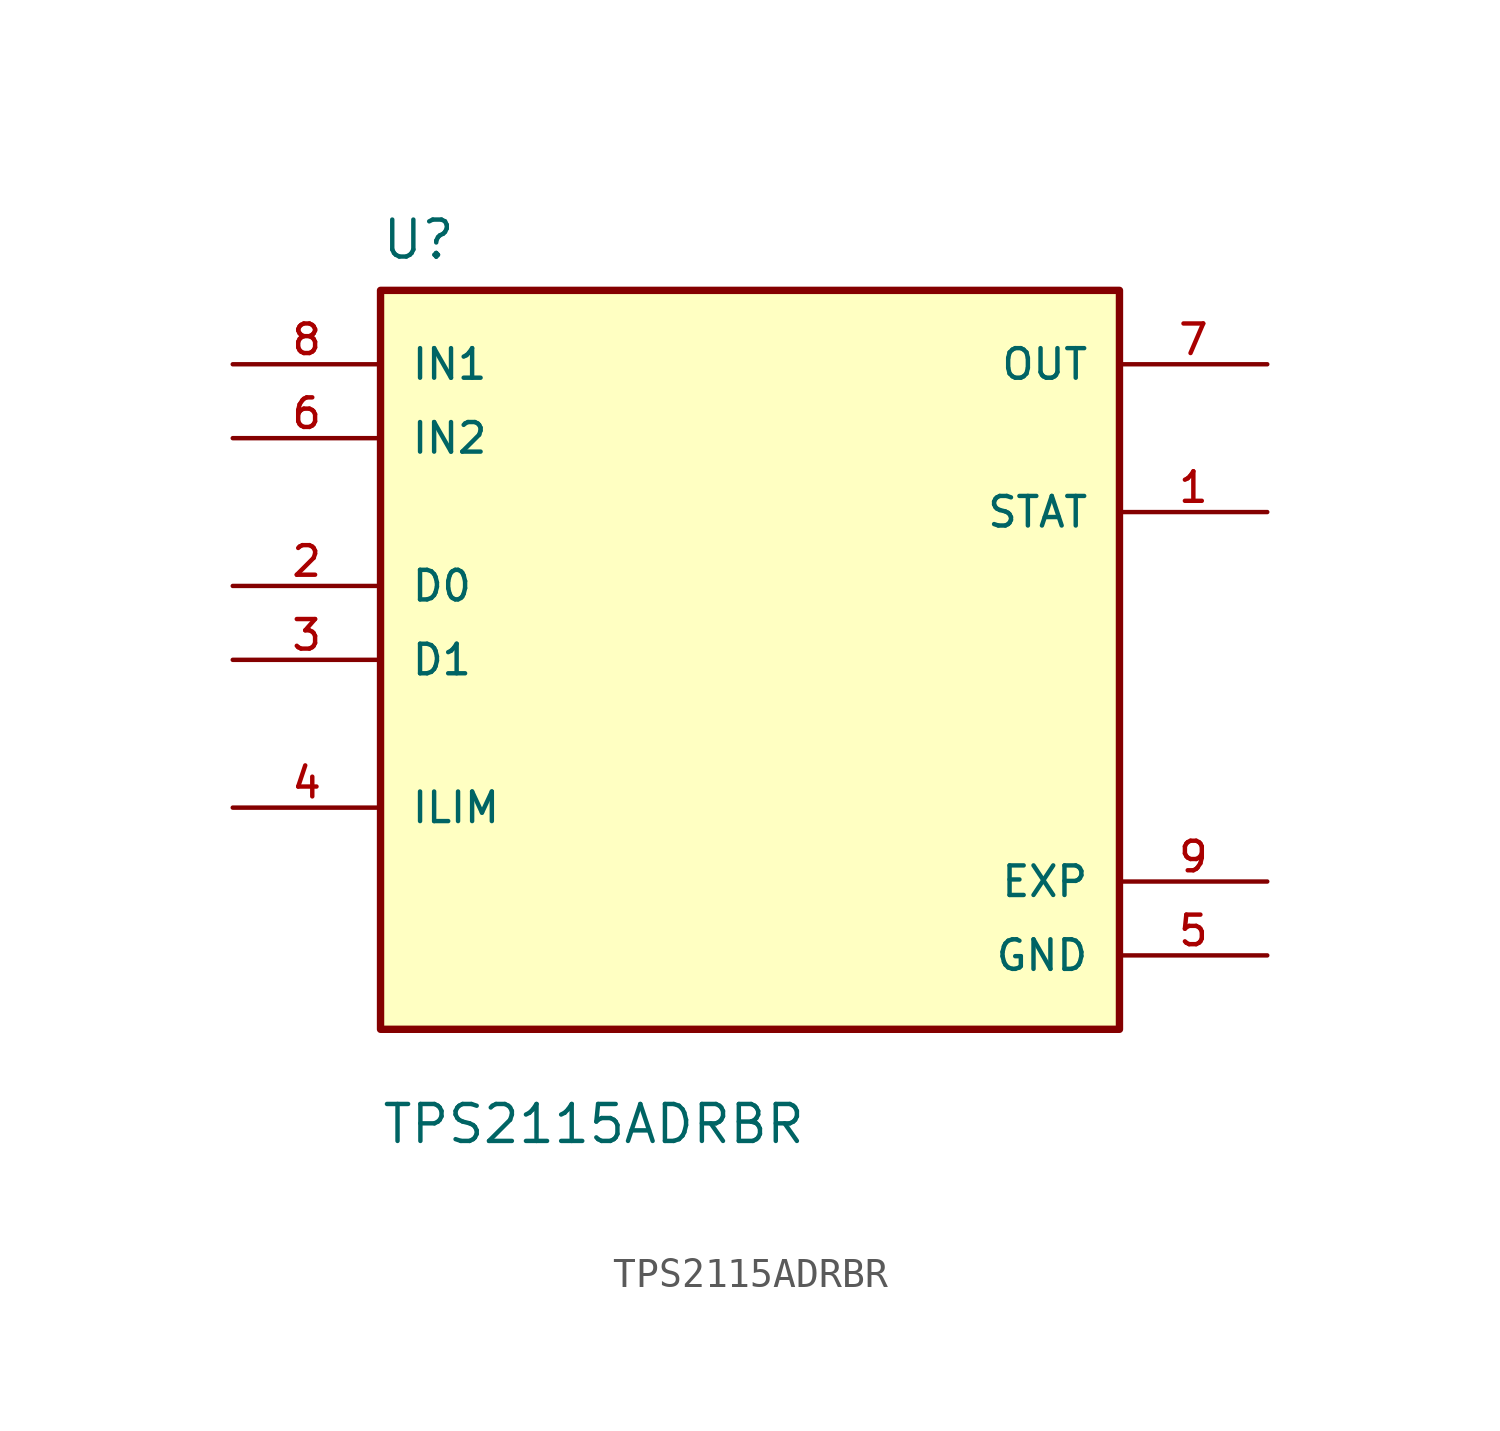
<source format=kicad_sym>
(kicad_symbol_lib
  (version 20211014)
  (generator kicad_symbol_editor)
  (symbol "TPS2115ADRBR"
    (pin_names
      (offset 1.016))
    (property "Reference" "U"
      (at -12.7 13.7 0.0)
      (effects (font (size 1.27 1.27)) (justify bottom left)))
    (property "Value" "TPS2115ADRBR"
      (at -12.7 -16.7 0.0)
      (effects (font (size 1.27 1.27)) (justify bottom left)))
    (symbol "TPS2115ADRBR_0_0"
      (rectangle (start -12.7 -12.7) (end 12.7 12.7) (stroke (width 0.254)) (fill (type background)))
      (pin input line (at -17.78 10.16 0) (length 5.08) (name "IN1" (effects (font (size 1.016 1.016)))) (number "8" (effects (font (size 1.016 1.016)))))
      (pin input line (at -17.78 7.62 0) (length 5.08) (name "IN2" (effects (font (size 1.016 1.016)))) (number "6" (effects (font (size 1.016 1.016)))))
      (pin input line (at -17.78 2.54 0) (length 5.08) (name "D0" (effects (font (size 1.016 1.016)))) (number "2" (effects (font (size 1.016 1.016)))))
      (pin input line (at -17.78 0.0 0) (length 5.08) (name "D1" (effects (font (size 1.016 1.016)))) (number "3" (effects (font (size 1.016 1.016)))))
      (pin input line (at -17.78 -5.08 0) (length 5.08) (name "ILIM" (effects (font (size 1.016 1.016)))) (number "4" (effects (font (size 1.016 1.016)))))
      (pin output line (at 17.78 5.08 180.0) (length 5.08) (name "STAT" (effects (font (size 1.016 1.016)))) (number "1" (effects (font (size 1.016 1.016)))))
      (pin output line (at 17.78 10.16 180.0) (length 5.08) (name "OUT" (effects (font (size 1.016 1.016)))) (number "7" (effects (font (size 1.016 1.016)))))
      (pin power_in line (at 17.78 -10.16 180.0) (length 5.08) (name "GND" (effects (font (size 1.016 1.016)))) (number "5" (effects (font (size 1.016 1.016)))))
      (pin power_in line (at 17.78 -7.62 180.0) (length 5.08) (name "EXP" (effects (font (size 1.016 1.016)))) (number "9" (effects (font (size 1.016 1.016))))))))
</source>
